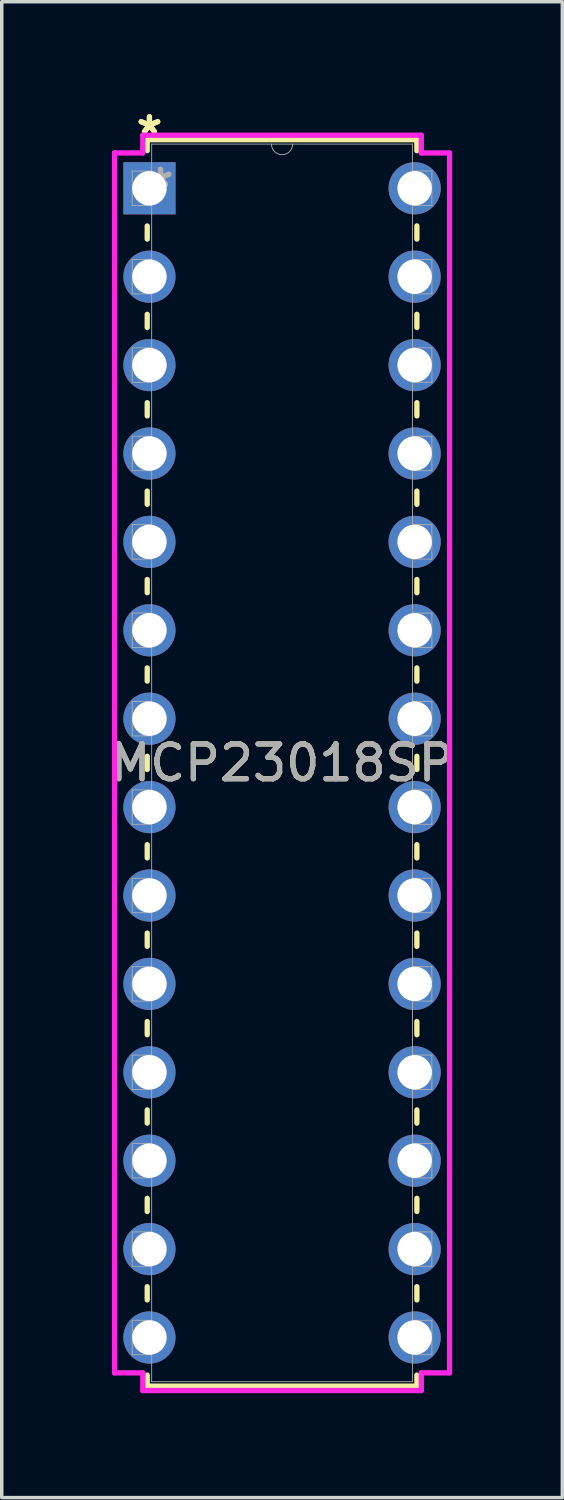
<source format=kicad_pcb>
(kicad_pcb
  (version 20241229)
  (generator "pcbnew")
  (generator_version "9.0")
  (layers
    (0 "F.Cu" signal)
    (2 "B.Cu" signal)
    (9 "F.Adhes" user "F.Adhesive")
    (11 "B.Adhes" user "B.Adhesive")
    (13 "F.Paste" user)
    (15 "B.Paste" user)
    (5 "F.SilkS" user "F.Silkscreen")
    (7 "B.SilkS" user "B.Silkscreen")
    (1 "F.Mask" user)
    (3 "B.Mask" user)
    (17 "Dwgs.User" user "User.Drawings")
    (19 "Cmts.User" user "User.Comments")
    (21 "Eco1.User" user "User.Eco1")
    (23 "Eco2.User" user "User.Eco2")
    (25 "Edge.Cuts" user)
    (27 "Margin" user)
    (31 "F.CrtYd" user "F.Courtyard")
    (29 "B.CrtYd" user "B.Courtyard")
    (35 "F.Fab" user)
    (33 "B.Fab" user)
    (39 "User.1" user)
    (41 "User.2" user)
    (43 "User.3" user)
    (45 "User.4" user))
  (footprint "MCP23018SP"
    (layer "F.Cu")
    (at 1.244 2.36)
    (property "Reference" "MCP23018SP" (at 3.81 16.51 0) (unlocked yes) (layer "F.SilkS") (effects (font (size 1 1) (thickness 0.15))))
    (attr through_hole)
    (fp_line (start -0.064 -1.397) (end -0.064 -1.082) (stroke (width 0.152) (type solid)) (layer "F.SilkS"))
    (fp_line (start -0.064 1.082) (end -0.064 1.46) (stroke (width 0.152) (type solid)) (layer "F.SilkS"))
    (fp_line (start -0.064 3.62) (end -0.064 4) (stroke (width 0.152) (type solid)) (layer "F.SilkS"))
    (fp_line (start -0.064 6.16) (end -0.064 6.54) (stroke (width 0.152) (type solid)) (layer "F.SilkS"))
    (fp_line (start -0.064 8.7) (end -0.064 9.08) (stroke (width 0.152) (type solid)) (layer "F.SilkS"))
    (fp_line (start -0.064 11.24) (end -0.064 11.62) (stroke (width 0.152) (type solid)) (layer "F.SilkS"))
    (fp_line (start -0.064 13.78) (end -0.064 14.16) (stroke (width 0.152) (type solid)) (layer "F.SilkS"))
    (fp_line (start -0.064 16.32) (end -0.064 16.7) (stroke (width 0.152) (type solid)) (layer "F.SilkS"))
    (fp_line (start -0.064 18.86) (end -0.064 19.24) (stroke (width 0.152) (type solid)) (layer "F.SilkS"))
    (fp_line (start -0.064 21.4) (end -0.064 21.78) (stroke (width 0.152) (type solid)) (layer "F.SilkS"))
    (fp_line (start -0.064 23.94) (end -0.064 24.32) (stroke (width 0.152) (type solid)) (layer "F.SilkS"))
    (fp_line (start -0.064 26.48) (end -0.064 26.86) (stroke (width 0.152) (type solid)) (layer "F.SilkS"))
    (fp_line (start -0.064 29.02) (end -0.064 29.4) (stroke (width 0.152) (type solid)) (layer "F.SilkS"))
    (fp_line (start -0.064 31.56) (end -0.064 31.94) (stroke (width 0.152) (type solid)) (layer "F.SilkS"))
    (fp_line (start -0.064 34.1) (end -0.064 34.417) (stroke (width 0.152) (type solid)) (layer "F.SilkS"))
    (fp_line (start -0.064 34.417) (end 7.684 34.417) (stroke (width 0.152) (type solid)) (layer "F.SilkS"))
    (fp_line (start 7.684 -1.397) (end -0.064 -1.397) (stroke (width 0.152) (type solid)) (layer "F.SilkS"))
    (fp_line (start 7.684 -1.08) (end 7.684 -1.397) (stroke (width 0.152) (type solid)) (layer "F.SilkS"))
    (fp_line (start 7.684 1.46) (end 7.684 1.08) (stroke (width 0.152) (type solid)) (layer "F.SilkS"))
    (fp_line (start 7.684 4) (end 7.684 3.62) (stroke (width 0.152) (type solid)) (layer "F.SilkS"))
    (fp_line (start 7.684 6.54) (end 7.684 6.16) (stroke (width 0.152) (type solid)) (layer "F.SilkS"))
    (fp_line (start 7.684 9.08) (end 7.684 8.7) (stroke (width 0.152) (type solid)) (layer "F.SilkS"))
    (fp_line (start 7.684 11.62) (end 7.684 11.24) (stroke (width 0.152) (type solid)) (layer "F.SilkS"))
    (fp_line (start 7.684 14.16) (end 7.684 13.78) (stroke (width 0.152) (type solid)) (layer "F.SilkS"))
    (fp_line (start 7.684 16.7) (end 7.684 16.32) (stroke (width 0.152) (type solid)) (layer "F.SilkS"))
    (fp_line (start 7.684 19.24) (end 7.684 18.86) (stroke (width 0.152) (type solid)) (layer "F.SilkS"))
    (fp_line (start 7.684 21.78) (end 7.684 21.4) (stroke (width 0.152) (type solid)) (layer "F.SilkS"))
    (fp_line (start 7.684 24.32) (end 7.684 23.94) (stroke (width 0.152) (type solid)) (layer "F.SilkS"))
    (fp_line (start 7.684 26.86) (end 7.684 26.48) (stroke (width 0.152) (type solid)) (layer "F.SilkS"))
    (fp_line (start 7.684 29.4) (end 7.684 29.02) (stroke (width 0.152) (type solid)) (layer "F.SilkS"))
    (fp_line (start 7.684 31.94) (end 7.684 31.56) (stroke (width 0.152) (type solid)) (layer "F.SilkS"))
    (fp_line (start 7.684 34.417) (end 7.684 34.1) (stroke (width 0.152) (type solid)) (layer "F.SilkS"))
    (fp_line (start -1.003 -1.016) (end -0.191 -1.016) (stroke (width 0.152) (type solid)) (layer "F.CrtYd"))
    (fp_line (start -1.003 34.036) (end -1.003 -1.016) (stroke (width 0.152) (type solid)) (layer "F.CrtYd"))
    (fp_line (start -0.191 -1.524) (end 7.811 -1.524) (stroke (width 0.152) (type solid)) (layer "F.CrtYd"))
    (fp_line (start -0.191 -1.016) (end -0.191 -1.524) (stroke (width 0.152) (type solid)) (layer "F.CrtYd"))
    (fp_line (start -0.191 34.036) (end -1.003 34.036) (stroke (width 0.152) (type solid)) (layer "F.CrtYd"))
    (fp_line (start -0.191 34.544) (end -0.191 34.036) (stroke (width 0.152) (type solid)) (layer "F.CrtYd"))
    (fp_line (start 7.811 -1.524) (end 7.811 -1.016) (stroke (width 0.152) (type solid)) (layer "F.CrtYd"))
    (fp_line (start 7.811 34.036) (end 7.811 34.544) (stroke (width 0.152) (type solid)) (layer "F.CrtYd"))
    (fp_line (start 7.811 34.544) (end -0.191 34.544) (stroke (width 0.152) (type solid)) (layer "F.CrtYd"))
    (fp_line (start 8.623 -1.016) (end 7.811 -1.016) (stroke (width 0.152) (type solid)) (layer "F.CrtYd"))
    (fp_line (start 8.623 -1.016) (end 8.623 34.036) (stroke (width 0.152) (type solid)) (layer "F.CrtYd"))
    (fp_line (start 8.623 34.036) (end 7.811 34.036) (stroke (width 0.152) (type solid)) (layer "F.CrtYd"))
    (fp_line (start -0.495 -0.495) (end -0.495 0.495) (stroke (width 0.025) (type solid)) (layer "F.Fab"))
    (fp_line (start -0.495 0.495) (end 0.064 0.495) (stroke (width 0.025) (type solid)) (layer "F.Fab"))
    (fp_line (start -0.495 2.045) (end -0.495 3.035) (stroke (width 0.025) (type solid)) (layer "F.Fab"))
    (fp_line (start -0.495 3.035) (end 0.064 3.035) (stroke (width 0.025) (type solid)) (layer "F.Fab"))
    (fp_line (start -0.495 4.585) (end -0.495 5.575) (stroke (width 0.025) (type solid)) (layer "F.Fab"))
    (fp_line (start -0.495 5.575) (end 0.064 5.575) (stroke (width 0.025) (type solid)) (layer "F.Fab"))
    (fp_line (start -0.495 7.125) (end -0.495 8.115) (stroke (width 0.025) (type solid)) (layer "F.Fab"))
    (fp_line (start -0.495 8.115) (end 0.064 8.115) (stroke (width 0.025) (type solid)) (layer "F.Fab"))
    (fp_line (start -0.495 9.665) (end -0.495 10.655) (stroke (width 0.025) (type solid)) (layer "F.Fab"))
    (fp_line (start -0.495 10.655) (end 0.064 10.655) (stroke (width 0.025) (type solid)) (layer "F.Fab"))
    (fp_line (start -0.495 12.205) (end -0.495 13.195) (stroke (width 0.025) (type solid)) (layer "F.Fab"))
    (fp_line (start -0.495 13.195) (end 0.064 13.195) (stroke (width 0.025) (type solid)) (layer "F.Fab"))
    (fp_line (start -0.495 14.745) (end -0.495 15.735) (stroke (width 0.025) (type solid)) (layer "F.Fab"))
    (fp_line (start -0.495 15.735) (end 0.064 15.735) (stroke (width 0.025) (type solid)) (layer "F.Fab"))
    (fp_line (start -0.495 17.285) (end -0.495 18.275) (stroke (width 0.025) (type solid)) (layer "F.Fab"))
    (fp_line (start -0.495 18.275) (end 0.064 18.275) (stroke (width 0.025) (type solid)) (layer "F.Fab"))
    (fp_line (start -0.495 19.825) (end -0.495 20.815) (stroke (width 0.025) (type solid)) (layer "F.Fab"))
    (fp_line (start -0.495 20.815) (end 0.064 20.815) (stroke (width 0.025) (type solid)) (layer "F.Fab"))
    (fp_line (start -0.495 22.365) (end -0.495 23.355) (stroke (width 0.025) (type solid)) (layer "F.Fab"))
    (fp_line (start -0.495 23.355) (end 0.064 23.355) (stroke (width 0.025) (type solid)) (layer "F.Fab"))
    (fp_line (start -0.495 24.905) (end -0.495 25.895) (stroke (width 0.025) (type solid)) (layer "F.Fab"))
    (fp_line (start -0.495 25.895) (end 0.064 25.895) (stroke (width 0.025) (type solid)) (layer "F.Fab"))
    (fp_line (start -0.495 27.445) (end -0.495 28.435) (stroke (width 0.025) (type solid)) (layer "F.Fab"))
    (fp_line (start -0.495 28.435) (end 0.064 28.435) (stroke (width 0.025) (type solid)) (layer "F.Fab"))
    (fp_line (start -0.495 29.985) (end -0.495 30.975) (stroke (width 0.025) (type solid)) (layer "F.Fab"))
    (fp_line (start -0.495 30.975) (end 0.064 30.975) (stroke (width 0.025) (type solid)) (layer "F.Fab"))
    (fp_line (start -0.495 32.525) (end -0.495 33.515) (stroke (width 0.025) (type solid)) (layer "F.Fab"))
    (fp_line (start -0.495 33.515) (end 0.064 33.515) (stroke (width 0.025) (type solid)) (layer "F.Fab"))
    (fp_line (start 0.064 -1.27) (end 0.064 34.29) (stroke (width 0.025) (type solid)) (layer "F.Fab"))
    (fp_line (start 0.064 -0.495) (end -0.495 -0.495) (stroke (width 0.025) (type solid)) (layer "F.Fab"))
    (fp_line (start 0.064 0.495) (end 0.064 -0.495) (stroke (width 0.025) (type solid)) (layer "F.Fab"))
    (fp_line (start 0.064 2.045) (end -0.495 2.045) (stroke (width 0.025) (type solid)) (layer "F.Fab"))
    (fp_line (start 0.064 3.035) (end 0.064 2.045) (stroke (width 0.025) (type solid)) (layer "F.Fab"))
    (fp_line (start 0.064 4.585) (end -0.495 4.585) (stroke (width 0.025) (type solid)) (layer "F.Fab"))
    (fp_line (start 0.064 5.575) (end 0.064 4.585) (stroke (width 0.025) (type solid)) (layer "F.Fab"))
    (fp_line (start 0.064 7.125) (end -0.495 7.125) (stroke (width 0.025) (type solid)) (layer "F.Fab"))
    (fp_line (start 0.064 8.115) (end 0.064 7.125) (stroke (width 0.025) (type solid)) (layer "F.Fab"))
    (fp_line (start 0.064 9.665) (end -0.495 9.665) (stroke (width 0.025) (type solid)) (layer "F.Fab"))
    (fp_line (start 0.064 10.655) (end 0.064 9.665) (stroke (width 0.025) (type solid)) (layer "F.Fab"))
    (fp_line (start 0.064 12.205) (end -0.495 12.205) (stroke (width 0.025) (type solid)) (layer "F.Fab"))
    (fp_line (start 0.064 13.195) (end 0.064 12.205) (stroke (width 0.025) (type solid)) (layer "F.Fab"))
    (fp_line (start 0.064 14.745) (end -0.495 14.745) (stroke (width 0.025) (type solid)) (layer "F.Fab"))
    (fp_line (start 0.064 15.735) (end 0.064 14.745) (stroke (width 0.025) (type solid)) (layer "F.Fab"))
    (fp_line (start 0.064 17.285) (end -0.495 17.285) (stroke (width 0.025) (type solid)) (layer "F.Fab"))
    (fp_line (start 0.064 18.275) (end 0.064 17.285) (stroke (width 0.025) (type solid)) (layer "F.Fab"))
    (fp_line (start 0.064 19.825) (end -0.495 19.825) (stroke (width 0.025) (type solid)) (layer "F.Fab"))
    (fp_line (start 0.064 20.815) (end 0.064 19.825) (stroke (width 0.025) (type solid)) (layer "F.Fab"))
    (fp_line (start 0.064 22.365) (end -0.495 22.365) (stroke (width 0.025) (type solid)) (layer "F.Fab"))
    (fp_line (start 0.064 23.355) (end 0.064 22.365) (stroke (width 0.025) (type solid)) (layer "F.Fab"))
    (fp_line (start 0.064 24.905) (end -0.495 24.905) (stroke (width 0.025) (type solid)) (layer "F.Fab"))
    (fp_line (start 0.064 25.895) (end 0.064 24.905) (stroke (width 0.025) (type solid)) (layer "F.Fab"))
    (fp_line (start 0.064 27.445) (end -0.495 27.445) (stroke (width 0.025) (type solid)) (layer "F.Fab"))
    (fp_line (start 0.064 28.435) (end 0.064 27.445) (stroke (width 0.025) (type solid)) (layer "F.Fab"))
    (fp_line (start 0.064 29.985) (end -0.495 29.985) (stroke (width 0.025) (type solid)) (layer "F.Fab"))
    (fp_line (start 0.064 30.975) (end 0.064 29.985) (stroke (width 0.025) (type solid)) (layer "F.Fab"))
    (fp_line (start 0.064 32.525) (end -0.495 32.525) (stroke (width 0.025) (type solid)) (layer "F.Fab"))
    (fp_line (start 0.064 33.515) (end 0.064 32.525) (stroke (width 0.025) (type solid)) (layer "F.Fab"))
    (fp_line (start 0.064 34.29) (end 7.556 34.29) (stroke (width 0.025) (type solid)) (layer "F.Fab"))
    (fp_line (start 7.556 -1.27) (end 0.064 -1.27) (stroke (width 0.025) (type solid)) (layer "F.Fab"))
    (fp_line (start 7.556 -0.495) (end 7.556 0.495) (stroke (width 0.025) (type solid)) (layer "F.Fab"))
    (fp_line (start 7.556 0.495) (end 8.115 0.495) (stroke (width 0.025) (type solid)) (layer "F.Fab"))
    (fp_line (start 7.556 2.045) (end 7.556 3.035) (stroke (width 0.025) (type solid)) (layer "F.Fab"))
    (fp_line (start 7.556 3.035) (end 8.115 3.035) (stroke (width 0.025) (type solid)) (layer "F.Fab"))
    (fp_line (start 7.556 4.585) (end 7.556 5.575) (stroke (width 0.025) (type solid)) (layer "F.Fab"))
    (fp_line (start 7.556 5.575) (end 8.115 5.575) (stroke (width 0.025) (type solid)) (layer "F.Fab"))
    (fp_line (start 7.556 7.125) (end 7.556 8.115) (stroke (width 0.025) (type solid)) (layer "F.Fab"))
    (fp_line (start 7.556 8.115) (end 8.115 8.115) (stroke (width 0.025) (type solid)) (layer "F.Fab"))
    (fp_line (start 7.556 9.665) (end 7.556 10.655) (stroke (width 0.025) (type solid)) (layer "F.Fab"))
    (fp_line (start 7.556 10.655) (end 8.115 10.655) (stroke (width 0.025) (type solid)) (layer "F.Fab"))
    (fp_line (start 7.556 12.205) (end 7.556 13.195) (stroke (width 0.025) (type solid)) (layer "F.Fab"))
    (fp_line (start 7.556 13.195) (end 8.115 13.195) (stroke (width 0.025) (type solid)) (layer "F.Fab"))
    (fp_line (start 7.556 14.745) (end 7.556 15.735) (stroke (width 0.025) (type solid)) (layer "F.Fab"))
    (fp_line (start 7.556 15.735) (end 8.115 15.735) (stroke (width 0.025) (type solid)) (layer "F.Fab"))
    (fp_line (start 7.556 17.285) (end 7.556 18.275) (stroke (width 0.025) (type solid)) (layer "F.Fab"))
    (fp_line (start 7.556 18.275) (end 8.115 18.275) (stroke (width 0.025) (type solid)) (layer "F.Fab"))
    (fp_line (start 7.556 19.825) (end 7.556 20.815) (stroke (width 0.025) (type solid)) (layer "F.Fab"))
    (fp_line (start 7.556 20.815) (end 8.115 20.815) (stroke (width 0.025) (type solid)) (layer "F.Fab"))
    (fp_line (start 7.556 22.365) (end 7.556 23.355) (stroke (width 0.025) (type solid)) (layer "F.Fab"))
    (fp_line (start 7.556 23.355) (end 8.115 23.355) (stroke (width 0.025) (type solid)) (layer "F.Fab"))
    (fp_line (start 7.556 24.905) (end 7.556 25.895) (stroke (width 0.025) (type solid)) (layer "F.Fab"))
    (fp_line (start 7.556 25.895) (end 8.115 25.895) (stroke (width 0.025) (type solid)) (layer "F.Fab"))
    (fp_line (start 7.556 27.445) (end 7.556 28.435) (stroke (width 0.025) (type solid)) (layer "F.Fab"))
    (fp_line (start 7.556 28.435) (end 8.115 28.435) (stroke (width 0.025) (type solid)) (layer "F.Fab"))
    (fp_line (start 7.556 29.985) (end 7.556 30.975) (stroke (width 0.025) (type solid)) (layer "F.Fab"))
    (fp_line (start 7.556 30.975) (end 8.115 30.975) (stroke (width 0.025) (type solid)) (layer "F.Fab"))
    (fp_line (start 7.556 32.525) (end 7.556 33.515) (stroke (width 0.025) (type solid)) (layer "F.Fab"))
    (fp_line (start 7.556 33.515) (end 8.115 33.515) (stroke (width 0.025) (type solid)) (layer "F.Fab"))
    (fp_line (start 7.556 34.29) (end 7.556 -1.27) (stroke (width 0.025) (type solid)) (layer "F.Fab"))
    (fp_line (start 8.115 -0.495) (end 7.556 -0.495) (stroke (width 0.025) (type solid)) (layer "F.Fab"))
    (fp_line (start 8.115 0.495) (end 8.115 -0.495) (stroke (width 0.025) (type solid)) (layer "F.Fab"))
    (fp_line (start 8.115 2.045) (end 7.556 2.045) (stroke (width 0.025) (type solid)) (layer "F.Fab"))
    (fp_line (start 8.115 3.035) (end 8.115 2.045) (stroke (width 0.025) (type solid)) (layer "F.Fab"))
    (fp_line (start 8.115 4.585) (end 7.556 4.585) (stroke (width 0.025) (type solid)) (layer "F.Fab"))
    (fp_line (start 8.115 5.575) (end 8.115 4.585) (stroke (width 0.025) (type solid)) (layer "F.Fab"))
    (fp_line (start 8.115 7.125) (end 7.556 7.125) (stroke (width 0.025) (type solid)) (layer "F.Fab"))
    (fp_line (start 8.115 8.115) (end 8.115 7.125) (stroke (width 0.025) (type solid)) (layer "F.Fab"))
    (fp_line (start 8.115 9.665) (end 7.556 9.665) (stroke (width 0.025) (type solid)) (layer "F.Fab"))
    (fp_line (start 8.115 10.655) (end 8.115 9.665) (stroke (width 0.025) (type solid)) (layer "F.Fab"))
    (fp_line (start 8.115 12.205) (end 7.556 12.205) (stroke (width 0.025) (type solid)) (layer "F.Fab"))
    (fp_line (start 8.115 13.195) (end 8.115 12.205) (stroke (width 0.025) (type solid)) (layer "F.Fab"))
    (fp_line (start 8.115 14.745) (end 7.556 14.745) (stroke (width 0.025) (type solid)) (layer "F.Fab"))
    (fp_line (start 8.115 15.735) (end 8.115 14.745) (stroke (width 0.025) (type solid)) (layer "F.Fab"))
    (fp_line (start 8.115 17.285) (end 7.556 17.285) (stroke (width 0.025) (type solid)) (layer "F.Fab"))
    (fp_line (start 8.115 18.275) (end 8.115 17.285) (stroke (width 0.025) (type solid)) (layer "F.Fab"))
    (fp_line (start 8.115 19.825) (end 7.556 19.825) (stroke (width 0.025) (type solid)) (layer "F.Fab"))
    (fp_line (start 8.115 20.815) (end 8.115 19.825) (stroke (width 0.025) (type solid)) (layer "F.Fab"))
    (fp_line (start 8.115 22.365) (end 7.556 22.365) (stroke (width 0.025) (type solid)) (layer "F.Fab"))
    (fp_line (start 8.115 23.355) (end 8.115 22.365) (stroke (width 0.025) (type solid)) (layer "F.Fab"))
    (fp_line (start 8.115 24.905) (end 7.556 24.905) (stroke (width 0.025) (type solid)) (layer "F.Fab"))
    (fp_line (start 8.115 25.895) (end 8.115 24.905) (stroke (width 0.025) (type solid)) (layer "F.Fab"))
    (fp_line (start 8.115 27.445) (end 7.556 27.445) (stroke (width 0.025) (type solid)) (layer "F.Fab"))
    (fp_line (start 8.115 28.435) (end 8.115 27.445) (stroke (width 0.025) (type solid)) (layer "F.Fab"))
    (fp_line (start 8.115 29.985) (end 7.556 29.985) (stroke (width 0.025) (type solid)) (layer "F.Fab"))
    (fp_line (start 8.115 30.975) (end 8.115 29.985) (stroke (width 0.025) (type solid)) (layer "F.Fab"))
    (fp_line (start 8.115 32.525) (end 7.556 32.525) (stroke (width 0.025) (type solid)) (layer "F.Fab"))
    (fp_line (start 8.115 33.515) (end 8.115 32.525) (stroke (width 0.025) (type solid)) (layer "F.Fab"))
    (fp_arc (start 4.1148 -1.27) (mid 3.81 -0.9652) (end 3.5052 -1.27) (stroke (width 0.0254) (type solid)) (layer "F.Fab"))
    (fp_text user "*" (at 0 -1.511 0) (unlocked yes) (layer "F.SilkS") (effects (font (size 1 1) (thickness 0.15))))
    (fp_text user "*" (at 0 -1.511 0) (layer "F.SilkS") (effects (font (size 1 1) (thickness 0.15))))
    (fp_text user "${REFERENCE}" (at 3.81 16.51 0) (unlocked yes) (layer "F.Fab") (effects (font (size 1 1) (thickness 0.15))))
    (fp_text user "*" (at 0.318 0 0) (unlocked yes) (layer "F.Fab") (effects (font (size 1 1) (thickness 0.15))))
    (fp_text user "*" (at 0.318 0 0) (layer "F.Fab") (effects (font (size 1 1) (thickness 0.15))))
    (pad "1" thru_hole rect (at 0 0) (size 1.499 1.499) (drill 0.991) (layers "*.Cu" "*.Mask"))
    (pad "2" thru_hole circle (at 0 2.54) (size 1.499 1.499) (drill 0.991) (layers "*.Cu" "*.Mask"))
    (pad "3" thru_hole circle (at 0 5.08) (size 1.499 1.499) (drill 0.991) (layers "*.Cu" "*.Mask"))
    (pad "4" thru_hole circle (at 0 7.62) (size 1.499 1.499) (drill 0.991) (layers "*.Cu" "*.Mask"))
    (pad "5" thru_hole circle (at 0 10.16) (size 1.499 1.499) (drill 0.991) (layers "*.Cu" "*.Mask"))
    (pad "6" thru_hole circle (at 0 12.7) (size 1.499 1.499) (drill 0.991) (layers "*.Cu" "*.Mask"))
    (pad "7" thru_hole circle (at 0 15.24) (size 1.499 1.499) (drill 0.991) (layers "*.Cu" "*.Mask"))
    (pad "8" thru_hole circle (at 0 17.78) (size 1.499 1.499) (drill 0.991) (layers "*.Cu" "*.Mask"))
    (pad "9" thru_hole circle (at 0 20.32) (size 1.499 1.499) (drill 0.991) (layers "*.Cu" "*.Mask"))
    (pad "10" thru_hole circle (at 0 22.86) (size 1.499 1.499) (drill 0.991) (layers "*.Cu" "*.Mask"))
    (pad "11" thru_hole circle (at 0 25.4) (size 1.499 1.499) (drill 0.991) (layers "*.Cu" "*.Mask"))
    (pad "12" thru_hole circle (at 0 27.94) (size 1.499 1.499) (drill 0.991) (layers "*.Cu" "*.Mask"))
    (pad "13" thru_hole circle (at 0 30.48) (size 1.499 1.499) (drill 0.991) (layers "*.Cu" "*.Mask"))
    (pad "14" thru_hole circle (at 0 33.02) (size 1.499 1.499) (drill 0.991) (layers "*.Cu" "*.Mask"))
    (pad "15" thru_hole circle (at 7.62 33.02) (size 1.499 1.499) (drill 0.991) (layers "*.Cu" "*.Mask"))
    (pad "16" thru_hole circle (at 7.62 30.48) (size 1.499 1.499) (drill 0.991) (layers "*.Cu" "*.Mask"))
    (pad "17" thru_hole circle (at 7.62 27.94) (size 1.499 1.499) (drill 0.991) (layers "*.Cu" "*.Mask"))
    (pad "18" thru_hole circle (at 7.62 25.4) (size 1.499 1.499) (drill 0.991) (layers "*.Cu" "*.Mask"))
    (pad "19" thru_hole circle (at 7.62 22.86) (size 1.499 1.499) (drill 0.991) (layers "*.Cu" "*.Mask"))
    (pad "20" thru_hole circle (at 7.62 20.32) (size 1.499 1.499) (drill 0.991) (layers "*.Cu" "*.Mask"))
    (pad "21" thru_hole circle (at 7.62 17.78) (size 1.499 1.499) (drill 0.991) (layers "*.Cu" "*.Mask"))
    (pad "22" thru_hole circle (at 7.62 15.24) (size 1.499 1.499) (drill 0.991) (layers "*.Cu" "*.Mask"))
    (pad "23" thru_hole circle (at 7.62 12.7) (size 1.499 1.499) (drill 0.991) (layers "*.Cu" "*.Mask"))
    (pad "24" thru_hole circle (at 7.62 10.16) (size 1.499 1.499) (drill 0.991) (layers "*.Cu" "*.Mask"))
    (pad "25" thru_hole circle (at 7.62 7.62) (size 1.499 1.499) (drill 0.991) (layers "*.Cu" "*.Mask"))
    (pad "26" thru_hole circle (at 7.62 5.08) (size 1.499 1.499) (drill 0.991) (layers "*.Cu" "*.Mask"))
    (pad "27" thru_hole circle (at 7.62 2.54) (size 1.499 1.499) (drill 0.991) (layers "*.Cu" "*.Mask"))
    (pad "28" thru_hole circle (at 7.62 0) (size 1.499 1.499) (drill 0.991) (layers "*.Cu" "*.Mask")))
  (gr_rect
    (start -3 -3)
    (end 13.107 39.98)
    (stroke (width 0.1) (type default))
    (fill no)
    (layer "Edge.Cuts")))
</source>
